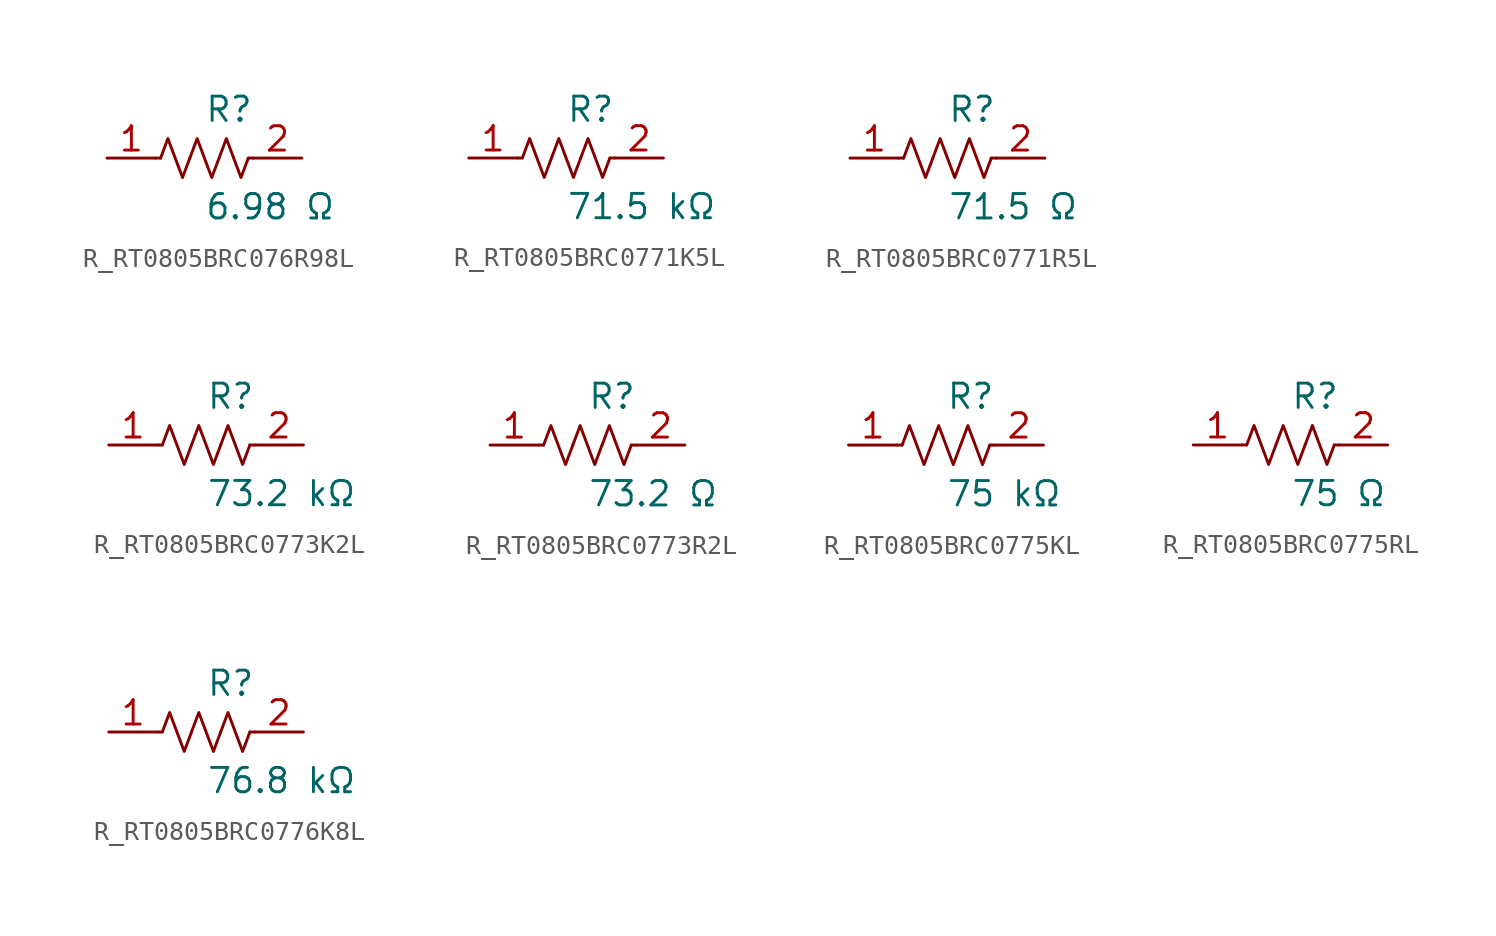
<source format=kicad_sym>
(kicad_symbol_lib
  (version 20231120)
  (generator kicad_symbol_editor)
  (generator_version 8.0)
  (symbol "R_RT0805BRC076R98L"
    (pin_names
      (offset 0.254))
    (property "Reference" "R"
      (at 0 2.54 0)
      (effects (font (size 1.27 1.27)) (justify left)))
    (property "Value" "6.98 Ω"
      (at 0 -2.54 0)
      (effects (font (size 1.27 1.27)) (justify left)))
    (symbol "R_RT0805BRC076R98L_0_1"
      (polyline (pts (xy 2.286 0) (xy 2.54 0)) (stroke (width 0) (type default)) (fill (type none)))
      (polyline (pts (xy -2.286 0) (xy -2.54 0)) (stroke (width 0) (type default)) (fill (type none)))
      (polyline (pts (xy 0.762 0) (xy 1.143 1.016) (xy 1.524 0) (xy 1.905 -1.016) (xy 2.286 0)) (stroke (width 0) (type default)) (fill (type none)))
      (polyline (pts (xy -0.762 0) (xy -0.381 1.016) (xy 0 0) (xy 0.381 -1.016) (xy 0.762 0)) (stroke (width 0) (type default)) (fill (type none)))
      (polyline (pts (xy -2.286 0) (xy -1.905 1.016) (xy -1.524 0) (xy -1.143 -1.016) (xy -0.762 0)) (stroke (width 0) (type default)) (fill (type none))))
    (pin unspecified line
      (at -5.08 0 0)
      (length 2.54)
      (name "" (effects (font (size 1.27 1.27))))
      (number "1" (effects (font (size 1.27 1.27)))))
    (pin unspecified line
      (at 5.08 0 180)
      (length 2.54)
      (name "" (effects (font (size 1.27 1.27))))
      (number "2" (effects (font (size 1.27 1.27))))))
  (symbol "R_RT0805BRC0771K5L"
    (pin_names
      (offset 0.254))
    (property "Reference" "R"
      (at 0 2.54 0)
      (effects (font (size 1.27 1.27)) (justify left)))
    (property "Value" "71.5 kΩ"
      (at 0 -2.54 0)
      (effects (font (size 1.27 1.27)) (justify left)))
    (symbol "R_RT0805BRC0771K5L_0_1"
      (polyline (pts (xy 2.286 0) (xy 2.54 0)) (stroke (width 0) (type default)) (fill (type none)))
      (polyline (pts (xy -2.286 0) (xy -2.54 0)) (stroke (width 0) (type default)) (fill (type none)))
      (polyline (pts (xy 0.762 0) (xy 1.143 1.016) (xy 1.524 0) (xy 1.905 -1.016) (xy 2.286 0)) (stroke (width 0) (type default)) (fill (type none)))
      (polyline (pts (xy -0.762 0) (xy -0.381 1.016) (xy 0 0) (xy 0.381 -1.016) (xy 0.762 0)) (stroke (width 0) (type default)) (fill (type none)))
      (polyline (pts (xy -2.286 0) (xy -1.905 1.016) (xy -1.524 0) (xy -1.143 -1.016) (xy -0.762 0)) (stroke (width 0) (type default)) (fill (type none))))
    (pin unspecified line
      (at -5.08 0 0)
      (length 2.54)
      (name "" (effects (font (size 1.27 1.27))))
      (number "1" (effects (font (size 1.27 1.27)))))
    (pin unspecified line
      (at 5.08 0 180)
      (length 2.54)
      (name "" (effects (font (size 1.27 1.27))))
      (number "2" (effects (font (size 1.27 1.27))))))
  (symbol "R_RT0805BRC0771R5L"
    (pin_names
      (offset 0.254))
    (property "Reference" "R"
      (at 0 2.54 0)
      (effects (font (size 1.27 1.27)) (justify left)))
    (property "Value" "71.5 Ω"
      (at 0 -2.54 0)
      (effects (font (size 1.27 1.27)) (justify left)))
    (symbol "R_RT0805BRC0771R5L_0_1"
      (polyline (pts (xy 2.286 0) (xy 2.54 0)) (stroke (width 0) (type default)) (fill (type none)))
      (polyline (pts (xy -2.286 0) (xy -2.54 0)) (stroke (width 0) (type default)) (fill (type none)))
      (polyline (pts (xy 0.762 0) (xy 1.143 1.016) (xy 1.524 0) (xy 1.905 -1.016) (xy 2.286 0)) (stroke (width 0) (type default)) (fill (type none)))
      (polyline (pts (xy -0.762 0) (xy -0.381 1.016) (xy 0 0) (xy 0.381 -1.016) (xy 0.762 0)) (stroke (width 0) (type default)) (fill (type none)))
      (polyline (pts (xy -2.286 0) (xy -1.905 1.016) (xy -1.524 0) (xy -1.143 -1.016) (xy -0.762 0)) (stroke (width 0) (type default)) (fill (type none))))
    (pin unspecified line
      (at -5.08 0 0)
      (length 2.54)
      (name "" (effects (font (size 1.27 1.27))))
      (number "1" (effects (font (size 1.27 1.27)))))
    (pin unspecified line
      (at 5.08 0 180)
      (length 2.54)
      (name "" (effects (font (size 1.27 1.27))))
      (number "2" (effects (font (size 1.27 1.27))))))
  (symbol "R_RT0805BRC0773K2L"
    (pin_names
      (offset 0.254))
    (property "Reference" "R"
      (at 0 2.54 0)
      (effects (font (size 1.27 1.27)) (justify left)))
    (property "Value" "73.2 kΩ"
      (at 0 -2.54 0)
      (effects (font (size 1.27 1.27)) (justify left)))
    (symbol "R_RT0805BRC0773K2L_0_1"
      (polyline (pts (xy 2.286 0) (xy 2.54 0)) (stroke (width 0) (type default)) (fill (type none)))
      (polyline (pts (xy -2.286 0) (xy -2.54 0)) (stroke (width 0) (type default)) (fill (type none)))
      (polyline (pts (xy 0.762 0) (xy 1.143 1.016) (xy 1.524 0) (xy 1.905 -1.016) (xy 2.286 0)) (stroke (width 0) (type default)) (fill (type none)))
      (polyline (pts (xy -0.762 0) (xy -0.381 1.016) (xy 0 0) (xy 0.381 -1.016) (xy 0.762 0)) (stroke (width 0) (type default)) (fill (type none)))
      (polyline (pts (xy -2.286 0) (xy -1.905 1.016) (xy -1.524 0) (xy -1.143 -1.016) (xy -0.762 0)) (stroke (width 0) (type default)) (fill (type none))))
    (pin unspecified line
      (at -5.08 0 0)
      (length 2.54)
      (name "" (effects (font (size 1.27 1.27))))
      (number "1" (effects (font (size 1.27 1.27)))))
    (pin unspecified line
      (at 5.08 0 180)
      (length 2.54)
      (name "" (effects (font (size 1.27 1.27))))
      (number "2" (effects (font (size 1.27 1.27))))))
  (symbol "R_RT0805BRC0773R2L"
    (pin_names
      (offset 0.254))
    (property "Reference" "R"
      (at 0 2.54 0)
      (effects (font (size 1.27 1.27)) (justify left)))
    (property "Value" "73.2 Ω"
      (at 0 -2.54 0)
      (effects (font (size 1.27 1.27)) (justify left)))
    (symbol "R_RT0805BRC0773R2L_0_1"
      (polyline (pts (xy 2.286 0) (xy 2.54 0)) (stroke (width 0) (type default)) (fill (type none)))
      (polyline (pts (xy -2.286 0) (xy -2.54 0)) (stroke (width 0) (type default)) (fill (type none)))
      (polyline (pts (xy 0.762 0) (xy 1.143 1.016) (xy 1.524 0) (xy 1.905 -1.016) (xy 2.286 0)) (stroke (width 0) (type default)) (fill (type none)))
      (polyline (pts (xy -0.762 0) (xy -0.381 1.016) (xy 0 0) (xy 0.381 -1.016) (xy 0.762 0)) (stroke (width 0) (type default)) (fill (type none)))
      (polyline (pts (xy -2.286 0) (xy -1.905 1.016) (xy -1.524 0) (xy -1.143 -1.016) (xy -0.762 0)) (stroke (width 0) (type default)) (fill (type none))))
    (pin unspecified line
      (at -5.08 0 0)
      (length 2.54)
      (name "" (effects (font (size 1.27 1.27))))
      (number "1" (effects (font (size 1.27 1.27)))))
    (pin unspecified line
      (at 5.08 0 180)
      (length 2.54)
      (name "" (effects (font (size 1.27 1.27))))
      (number "2" (effects (font (size 1.27 1.27))))))
  (symbol "R_RT0805BRC0775KL"
    (pin_names
      (offset 0.254))
    (property "Reference" "R"
      (at 0 2.54 0)
      (effects (font (size 1.27 1.27)) (justify left)))
    (property "Value" "75 kΩ"
      (at 0 -2.54 0)
      (effects (font (size 1.27 1.27)) (justify left)))
    (symbol "R_RT0805BRC0775KL_0_1"
      (polyline (pts (xy 2.286 0) (xy 2.54 0)) (stroke (width 0) (type default)) (fill (type none)))
      (polyline (pts (xy -2.286 0) (xy -2.54 0)) (stroke (width 0) (type default)) (fill (type none)))
      (polyline (pts (xy 0.762 0) (xy 1.143 1.016) (xy 1.524 0) (xy 1.905 -1.016) (xy 2.286 0)) (stroke (width 0) (type default)) (fill (type none)))
      (polyline (pts (xy -0.762 0) (xy -0.381 1.016) (xy 0 0) (xy 0.381 -1.016) (xy 0.762 0)) (stroke (width 0) (type default)) (fill (type none)))
      (polyline (pts (xy -2.286 0) (xy -1.905 1.016) (xy -1.524 0) (xy -1.143 -1.016) (xy -0.762 0)) (stroke (width 0) (type default)) (fill (type none))))
    (pin unspecified line
      (at -5.08 0 0)
      (length 2.54)
      (name "" (effects (font (size 1.27 1.27))))
      (number "1" (effects (font (size 1.27 1.27)))))
    (pin unspecified line
      (at 5.08 0 180)
      (length 2.54)
      (name "" (effects (font (size 1.27 1.27))))
      (number "2" (effects (font (size 1.27 1.27))))))
  (symbol "R_RT0805BRC0775RL"
    (pin_names
      (offset 0.254))
    (property "Reference" "R"
      (at 0 2.54 0)
      (effects (font (size 1.27 1.27)) (justify left)))
    (property "Value" "75 Ω"
      (at 0 -2.54 0)
      (effects (font (size 1.27 1.27)) (justify left)))
    (symbol "R_RT0805BRC0775RL_0_1"
      (polyline (pts (xy 2.286 0) (xy 2.54 0)) (stroke (width 0) (type default)) (fill (type none)))
      (polyline (pts (xy -2.286 0) (xy -2.54 0)) (stroke (width 0) (type default)) (fill (type none)))
      (polyline (pts (xy 0.762 0) (xy 1.143 1.016) (xy 1.524 0) (xy 1.905 -1.016) (xy 2.286 0)) (stroke (width 0) (type default)) (fill (type none)))
      (polyline (pts (xy -0.762 0) (xy -0.381 1.016) (xy 0 0) (xy 0.381 -1.016) (xy 0.762 0)) (stroke (width 0) (type default)) (fill (type none)))
      (polyline (pts (xy -2.286 0) (xy -1.905 1.016) (xy -1.524 0) (xy -1.143 -1.016) (xy -0.762 0)) (stroke (width 0) (type default)) (fill (type none))))
    (pin unspecified line
      (at -5.08 0 0)
      (length 2.54)
      (name "" (effects (font (size 1.27 1.27))))
      (number "1" (effects (font (size 1.27 1.27)))))
    (pin unspecified line
      (at 5.08 0 180)
      (length 2.54)
      (name "" (effects (font (size 1.27 1.27))))
      (number "2" (effects (font (size 1.27 1.27))))))
  (symbol "R_RT0805BRC0776K8L"
    (pin_names
      (offset 0.254))
    (property "Reference" "R"
      (at 0 2.54 0)
      (effects (font (size 1.27 1.27)) (justify left)))
    (property "Value" "76.8 kΩ"
      (at 0 -2.54 0)
      (effects (font (size 1.27 1.27)) (justify left)))
    (symbol "R_RT0805BRC0776K8L_0_1"
      (polyline (pts (xy 2.286 0) (xy 2.54 0)) (stroke (width 0) (type default)) (fill (type none)))
      (polyline (pts (xy -2.286 0) (xy -2.54 0)) (stroke (width 0) (type default)) (fill (type none)))
      (polyline (pts (xy 0.762 0) (xy 1.143 1.016) (xy 1.524 0) (xy 1.905 -1.016) (xy 2.286 0)) (stroke (width 0) (type default)) (fill (type none)))
      (polyline (pts (xy -0.762 0) (xy -0.381 1.016) (xy 0 0) (xy 0.381 -1.016) (xy 0.762 0)) (stroke (width 0) (type default)) (fill (type none)))
      (polyline (pts (xy -2.286 0) (xy -1.905 1.016) (xy -1.524 0) (xy -1.143 -1.016) (xy -0.762 0)) (stroke (width 0) (type default)) (fill (type none))))
    (pin unspecified line
      (at -5.08 0 0)
      (length 2.54)
      (name "" (effects (font (size 1.27 1.27))))
      (number "1" (effects (font (size 1.27 1.27)))))
    (pin unspecified line
      (at 5.08 0 180)
      (length 2.54)
      (name "" (effects (font (size 1.27 1.27))))
      (number "2" (effects (font (size 1.27 1.27)))))))
</source>
